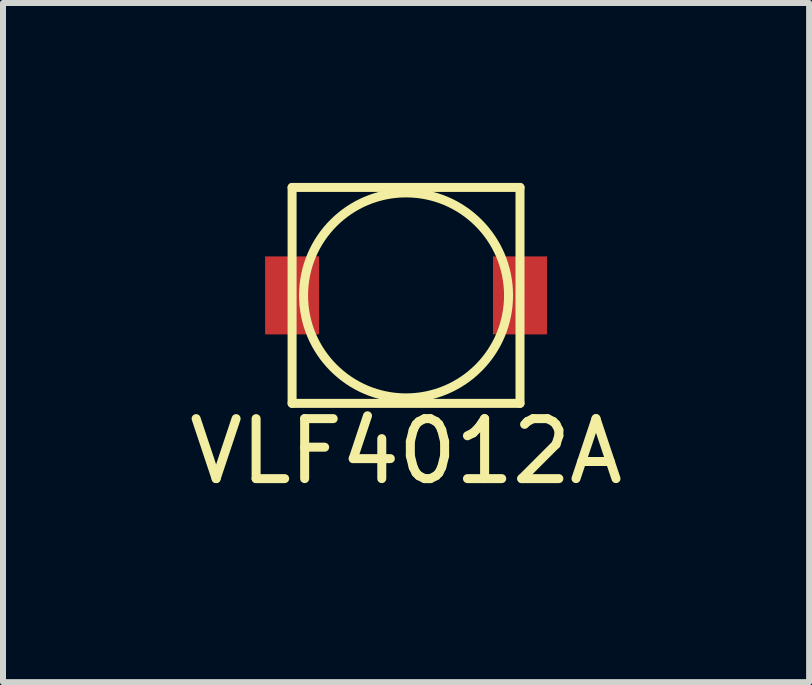
<source format=kicad_pcb>
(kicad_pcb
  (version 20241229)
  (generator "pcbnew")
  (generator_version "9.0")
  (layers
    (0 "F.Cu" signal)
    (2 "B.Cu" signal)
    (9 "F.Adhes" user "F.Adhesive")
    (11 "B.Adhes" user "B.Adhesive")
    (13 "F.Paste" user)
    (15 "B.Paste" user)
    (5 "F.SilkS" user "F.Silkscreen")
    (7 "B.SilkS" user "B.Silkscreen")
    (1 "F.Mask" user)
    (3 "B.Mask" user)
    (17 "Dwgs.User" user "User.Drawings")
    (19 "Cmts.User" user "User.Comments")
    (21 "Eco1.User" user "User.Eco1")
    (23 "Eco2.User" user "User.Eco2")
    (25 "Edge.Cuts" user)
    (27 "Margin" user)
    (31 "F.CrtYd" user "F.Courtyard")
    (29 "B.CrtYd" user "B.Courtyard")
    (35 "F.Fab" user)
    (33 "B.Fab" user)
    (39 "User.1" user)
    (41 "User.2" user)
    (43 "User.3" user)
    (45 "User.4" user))
  (footprint "VLF4012A"
    (layer "F.Cu")
    (at 3.72 1.875)
    (property "Reference" "VLF4012A" (at 0 2.6 0) (layer "F.SilkS") (effects (font (size 1 1) (thickness 0.15))))
    (attr through_hole)
    (fp_line (start -1.9 -1.8) (end 1.9 -1.8) (stroke (width 0.15) (type solid)) (layer "F.SilkS"))
    (fp_line (start -1.9 1.8) (end -1.9 -1.8) (stroke (width 0.15) (type solid)) (layer "F.SilkS"))
    (fp_line (start 1.9 -1.8) (end 1.9 1.8) (stroke (width 0.15) (type solid)) (layer "F.SilkS"))
    (fp_line (start 1.9 1.8) (end -1.9 1.8) (stroke (width 0.15) (type solid)) (layer "F.SilkS"))
    (fp_circle (center 0 0) (end 1.6 0.6) (stroke (width 0.15) (type solid)) (fill no) (layer "F.SilkS"))
    (pad "1" smd rect (at -1.9 0) (size 0.9 1.3) (layers "F.Cu" "F.Mask" "F.Paste"))
    (pad "2" smd rect (at 1.9 0) (size 0.9 1.3) (layers "F.Cu" "F.Mask" "F.Paste")))
  (gr_rect
    (start -3 -3)
    (end 10.44 8.323)
    (stroke (width 0.1) (type default))
    (fill no)
    (layer "Edge.Cuts")))
</source>
